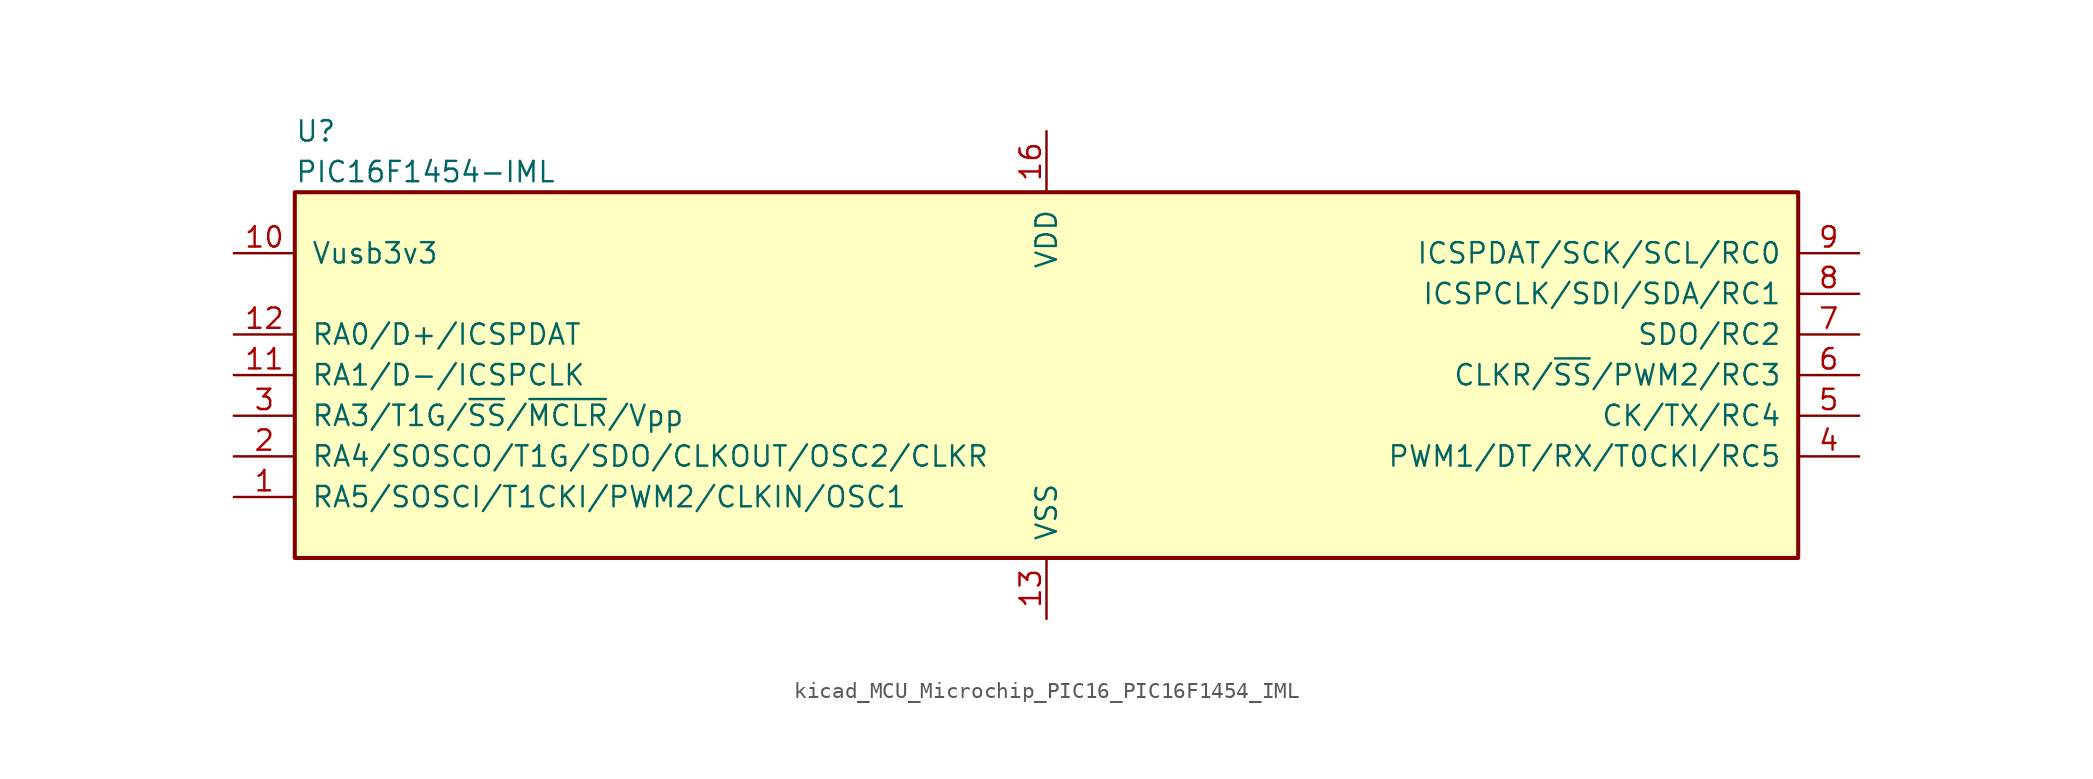
<source format=kicad_sym>
(kicad_symbol_lib
  (version 20220914)
  (generator kicad_symbol_editor)
  (symbol "kicad_MCU_Microchip_PIC16_PIC16F1454_IML"
    (pin_names
      (offset 1.016))
    (property "Reference" "U"
      (at -46.99 15.24 0)
      (effects (font (size 1.27 1.27)) (justify left)))
    (property "Value" "PIC16F1454-IML"
      (at -46.99 12.7 0)
      (effects (font (size 1.27 1.27)) (justify left)))
    (symbol "kicad_MCU_Microchip_PIC16_PIC16F1454_IML_0_1"
      (rectangle (start -46.99 11.43) (end 46.99 -11.43) (stroke (width 0.254) (type default)) (fill (type background))))
    (symbol "kicad_MCU_Microchip_PIC16_PIC16F1454_IML_1_1"
      (pin bidirectional line (at -50.8 -7.62 0) (length 3.81) (name "RA5/SOSCI/T1CKI/PWM2/CLKIN/OSC1" (effects (font (size 1.27 1.27)))) (number "1" (effects (font (size 1.27 1.27)))))
      (pin bidirectional line (at -50.8 7.62 0) (length 3.81) (name "Vusb3v3" (effects (font (size 1.27 1.27)))) (number "10" (effects (font (size 1.27 1.27)))))
      (pin bidirectional line (at -50.8 0 0) (length 3.81) (name "RA1/D-/ICSPCLK" (effects (font (size 1.27 1.27)))) (number "11" (effects (font (size 1.27 1.27)))))
      (pin bidirectional line (at -50.8 2.54 0) (length 3.81) (name "RA0/D+/ICSPDAT" (effects (font (size 1.27 1.27)))) (number "12" (effects (font (size 1.27 1.27)))))
      (pin power_in line (at 0 -15.24 90) (length 3.81) (name "VSS" (effects (font (size 1.27 1.27)))) (number "13" (effects (font (size 1.27 1.27)))))
      (pin power_in line (at 0 15.24 270) (length 3.81) (name "VDD" (effects (font (size 1.27 1.27)))) (number "16" (effects (font (size 1.27 1.27)))))
      (pin bidirectional line (at -50.8 -5.08 0) (length 3.81) (name "RA4/SOSCO/T1G/SDO/CLKOUT/OSC2/CLKR" (effects (font (size 1.27 1.27)))) (number "2" (effects (font (size 1.27 1.27)))))
      (pin input line (at -50.8 -2.54 0) (length 3.81) (name "RA3/T1G/~{SS}/~{MCLR}/Vpp" (effects (font (size 1.27 1.27)))) (number "3" (effects (font (size 1.27 1.27)))))
      (pin bidirectional line (at 50.8 -5.08 180) (length 3.81) (name "PWM1/DT/RX/T0CKI/RC5" (effects (font (size 1.27 1.27)))) (number "4" (effects (font (size 1.27 1.27)))))
      (pin bidirectional line (at 50.8 -2.54 180) (length 3.81) (name "CK/TX/RC4" (effects (font (size 1.27 1.27)))) (number "5" (effects (font (size 1.27 1.27)))))
      (pin bidirectional line (at 50.8 0 180) (length 3.81) (name "CLKR/~{SS}/PWM2/RC3" (effects (font (size 1.27 1.27)))) (number "6" (effects (font (size 1.27 1.27)))))
      (pin bidirectional line (at 50.8 2.54 180) (length 3.81) (name "SDO/RC2" (effects (font (size 1.27 1.27)))) (number "7" (effects (font (size 1.27 1.27)))))
      (pin bidirectional line (at 50.8 5.08 180) (length 3.81) (name "ICSPCLK/SDI/SDA/RC1" (effects (font (size 1.27 1.27)))) (number "8" (effects (font (size 1.27 1.27)))))
      (pin bidirectional line (at 50.8 7.62 180) (length 3.81) (name "ICSPDAT/SCK/SCL/RC0" (effects (font (size 1.27 1.27)))) (number "9" (effects (font (size 1.27 1.27))))))))
</source>
